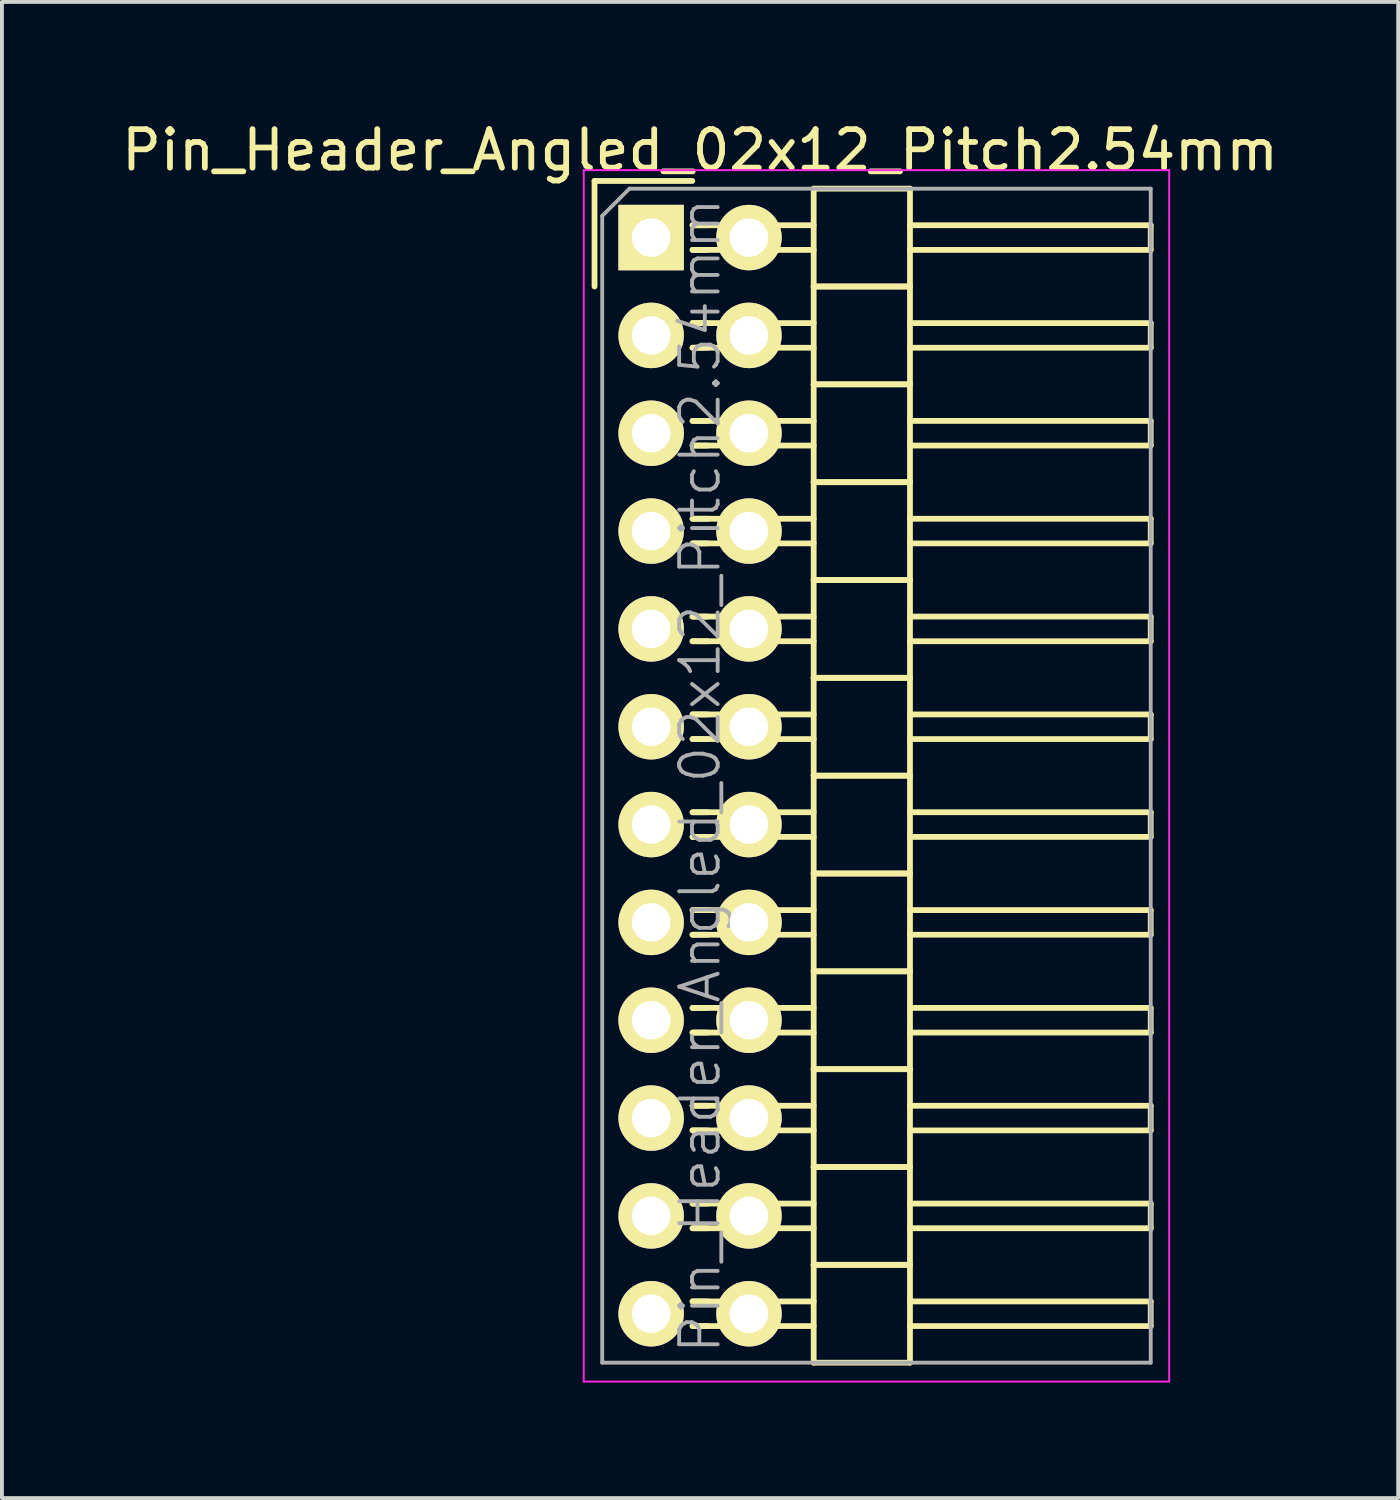
<source format=kicad_pcb>
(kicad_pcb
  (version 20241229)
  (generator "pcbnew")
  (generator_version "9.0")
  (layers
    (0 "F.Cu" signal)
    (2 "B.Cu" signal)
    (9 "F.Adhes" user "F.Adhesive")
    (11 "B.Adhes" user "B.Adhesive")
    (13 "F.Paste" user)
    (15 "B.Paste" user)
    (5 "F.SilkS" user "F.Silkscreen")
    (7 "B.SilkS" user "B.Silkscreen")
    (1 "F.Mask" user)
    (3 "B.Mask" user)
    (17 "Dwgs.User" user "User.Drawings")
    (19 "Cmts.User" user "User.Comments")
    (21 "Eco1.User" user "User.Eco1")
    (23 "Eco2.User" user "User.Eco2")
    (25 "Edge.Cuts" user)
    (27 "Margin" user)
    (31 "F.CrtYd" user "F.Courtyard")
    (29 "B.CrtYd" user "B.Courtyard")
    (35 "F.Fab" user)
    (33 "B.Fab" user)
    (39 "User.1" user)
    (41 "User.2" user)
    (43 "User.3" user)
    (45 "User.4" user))
  (footprint "Pin_Header_Angled_02x12_Pitch2.54mm"
    (layer "F.Cu")
    (at 13.855 3.118)
    (property "Reference" "Pin_Header_Angled_02x12_Pitch2.54mm" (at 1.27 -2.27 0) (layer "F.SilkS") (effects (font (size 1 1) (thickness 0.15))))
    (attr smd)
    (fp_line (start -1.47 -1.47) (end -1.47 1.27) (stroke (width 0.15) (type solid)) (layer "F.SilkS"))
    (fp_line (start -1.47 -1.47) (end 1.07 -1.47) (stroke (width 0.15) (type solid)) (layer "F.SilkS"))
    (fp_line (start 1.465 -0.32) (end 1.075 -0.32) (stroke (width 0.15) (type solid)) (layer "F.SilkS"))
    (fp_line (start 1.465 0.32) (end 1.075 0.32) (stroke (width 0.15) (type solid)) (layer "F.SilkS"))
    (fp_line (start 1.465 2.22) (end 1.075 2.22) (stroke (width 0.15) (type solid)) (layer "F.SilkS"))
    (fp_line (start 1.465 2.86) (end 1.075 2.86) (stroke (width 0.15) (type solid)) (layer "F.SilkS"))
    (fp_line (start 1.465 4.76) (end 1.075 4.76) (stroke (width 0.15) (type solid)) (layer "F.SilkS"))
    (fp_line (start 1.465 5.4) (end 1.075 5.4) (stroke (width 0.15) (type solid)) (layer "F.SilkS"))
    (fp_line (start 1.465 7.3) (end 1.075 7.3) (stroke (width 0.15) (type solid)) (layer "F.SilkS"))
    (fp_line (start 1.465 7.94) (end 1.075 7.94) (stroke (width 0.15) (type solid)) (layer "F.SilkS"))
    (fp_line (start 1.465 9.84) (end 1.075 9.84) (stroke (width 0.15) (type solid)) (layer "F.SilkS"))
    (fp_line (start 1.465 10.48) (end 1.075 10.48) (stroke (width 0.15) (type solid)) (layer "F.SilkS"))
    (fp_line (start 1.465 12.38) (end 1.075 12.38) (stroke (width 0.15) (type solid)) (layer "F.SilkS"))
    (fp_line (start 1.465 13.02) (end 1.075 13.02) (stroke (width 0.15) (type solid)) (layer "F.SilkS"))
    (fp_line (start 1.465 14.92) (end 1.075 14.92) (stroke (width 0.15) (type solid)) (layer "F.SilkS"))
    (fp_line (start 1.465 15.56) (end 1.075 15.56) (stroke (width 0.15) (type solid)) (layer "F.SilkS"))
    (fp_line (start 1.465 17.46) (end 1.075 17.46) (stroke (width 0.15) (type solid)) (layer "F.SilkS"))
    (fp_line (start 1.465 18.1) (end 1.075 18.1) (stroke (width 0.15) (type solid)) (layer "F.SilkS"))
    (fp_line (start 1.465 20) (end 1.075 20) (stroke (width 0.15) (type solid)) (layer "F.SilkS"))
    (fp_line (start 1.465 20.64) (end 1.075 20.64) (stroke (width 0.15) (type solid)) (layer "F.SilkS"))
    (fp_line (start 1.465 22.54) (end 1.075 22.54) (stroke (width 0.15) (type solid)) (layer "F.SilkS"))
    (fp_line (start 1.465 23.18) (end 1.075 23.18) (stroke (width 0.15) (type solid)) (layer "F.SilkS"))
    (fp_line (start 1.465 25.08) (end 1.075 25.08) (stroke (width 0.15) (type solid)) (layer "F.SilkS"))
    (fp_line (start 1.465 25.72) (end 1.075 25.72) (stroke (width 0.15) (type solid)) (layer "F.SilkS"))
    (fp_line (start 1.465 27.62) (end 1.075 27.62) (stroke (width 0.15) (type solid)) (layer "F.SilkS"))
    (fp_line (start 1.465 28.26) (end 1.075 28.26) (stroke (width 0.15) (type solid)) (layer "F.SilkS"))
    (fp_line (start 4.22 -0.32) (end 1.075 -0.32) (stroke (width 0.15) (type solid)) (layer "F.SilkS"))
    (fp_line (start 4.22 0.32) (end 1.075 0.32) (stroke (width 0.15) (type solid)) (layer "F.SilkS"))
    (fp_line (start 4.22 1.27) (end 4.22 -1.27) (stroke (width 0.15) (type solid)) (layer "F.SilkS"))
    (fp_line (start 4.22 2.22) (end 1.075 2.22) (stroke (width 0.15) (type solid)) (layer "F.SilkS"))
    (fp_line (start 4.22 2.86) (end 1.075 2.86) (stroke (width 0.15) (type solid)) (layer "F.SilkS"))
    (fp_line (start 4.22 3.81) (end 4.22 1.27) (stroke (width 0.15) (type solid)) (layer "F.SilkS"))
    (fp_line (start 4.22 4.76) (end 1.075 4.76) (stroke (width 0.15) (type solid)) (layer "F.SilkS"))
    (fp_line (start 4.22 5.4) (end 1.075 5.4) (stroke (width 0.15) (type solid)) (layer "F.SilkS"))
    (fp_line (start 4.22 6.35) (end 4.22 3.81) (stroke (width 0.15) (type solid)) (layer "F.SilkS"))
    (fp_line (start 4.22 7.3) (end 1.075 7.3) (stroke (width 0.15) (type solid)) (layer "F.SilkS"))
    (fp_line (start 4.22 7.94) (end 1.075 7.94) (stroke (width 0.15) (type solid)) (layer "F.SilkS"))
    (fp_line (start 4.22 8.89) (end 4.22 6.35) (stroke (width 0.15) (type solid)) (layer "F.SilkS"))
    (fp_line (start 4.22 9.84) (end 1.075 9.84) (stroke (width 0.15) (type solid)) (layer "F.SilkS"))
    (fp_line (start 4.22 10.48) (end 1.075 10.48) (stroke (width 0.15) (type solid)) (layer "F.SilkS"))
    (fp_line (start 4.22 11.43) (end 4.22 8.89) (stroke (width 0.15) (type solid)) (layer "F.SilkS"))
    (fp_line (start 4.22 12.38) (end 1.075 12.38) (stroke (width 0.15) (type solid)) (layer "F.SilkS"))
    (fp_line (start 4.22 13.02) (end 1.075 13.02) (stroke (width 0.15) (type solid)) (layer "F.SilkS"))
    (fp_line (start 4.22 13.97) (end 4.22 11.43) (stroke (width 0.15) (type solid)) (layer "F.SilkS"))
    (fp_line (start 4.22 14.92) (end 1.075 14.92) (stroke (width 0.15) (type solid)) (layer "F.SilkS"))
    (fp_line (start 4.22 15.56) (end 1.075 15.56) (stroke (width 0.15) (type solid)) (layer "F.SilkS"))
    (fp_line (start 4.22 16.51) (end 4.22 13.97) (stroke (width 0.15) (type solid)) (layer "F.SilkS"))
    (fp_line (start 4.22 17.46) (end 1.075 17.46) (stroke (width 0.15) (type solid)) (layer "F.SilkS"))
    (fp_line (start 4.22 18.1) (end 1.075 18.1) (stroke (width 0.15) (type solid)) (layer "F.SilkS"))
    (fp_line (start 4.22 19.05) (end 4.22 16.51) (stroke (width 0.15) (type solid)) (layer "F.SilkS"))
    (fp_line (start 4.22 20) (end 1.075 20) (stroke (width 0.15) (type solid)) (layer "F.SilkS"))
    (fp_line (start 4.22 20.64) (end 1.075 20.64) (stroke (width 0.15) (type solid)) (layer "F.SilkS"))
    (fp_line (start 4.22 21.59) (end 4.22 19.05) (stroke (width 0.15) (type solid)) (layer "F.SilkS"))
    (fp_line (start 4.22 22.54) (end 1.075 22.54) (stroke (width 0.15) (type solid)) (layer "F.SilkS"))
    (fp_line (start 4.22 23.18) (end 1.075 23.18) (stroke (width 0.15) (type solid)) (layer "F.SilkS"))
    (fp_line (start 4.22 24.13) (end 4.22 21.59) (stroke (width 0.15) (type solid)) (layer "F.SilkS"))
    (fp_line (start 4.22 25.08) (end 1.075 25.08) (stroke (width 0.15) (type solid)) (layer "F.SilkS"))
    (fp_line (start 4.22 25.72) (end 1.075 25.72) (stroke (width 0.15) (type solid)) (layer "F.SilkS"))
    (fp_line (start 4.22 26.67) (end 4.22 24.13) (stroke (width 0.15) (type solid)) (layer "F.SilkS"))
    (fp_line (start 4.22 27.62) (end 1.075 27.62) (stroke (width 0.15) (type solid)) (layer "F.SilkS"))
    (fp_line (start 4.22 28.26) (end 1.075 28.26) (stroke (width 0.15) (type solid)) (layer "F.SilkS"))
    (fp_line (start 4.22 29.21) (end 4.22 26.67) (stroke (width 0.15) (type solid)) (layer "F.SilkS"))
    (fp_line (start 6.72 -1.27) (end 4.22 -1.27) (stroke (width 0.15) (type solid)) (layer "F.SilkS"))
    (fp_line (start 6.72 -0.32) (end 12.97 -0.32) (stroke (width 0.15) (type solid)) (layer "F.SilkS"))
    (fp_line (start 6.72 0.32) (end 12.97 0.32) (stroke (width 0.15) (type solid)) (layer "F.SilkS"))
    (fp_line (start 6.72 1.27) (end 4.22 1.27) (stroke (width 0.15) (type solid)) (layer "F.SilkS"))
    (fp_line (start 6.72 1.27) (end 4.22 1.27) (stroke (width 0.15) (type solid)) (layer "F.SilkS"))
    (fp_line (start 6.72 1.27) (end 6.72 -1.27) (stroke (width 0.15) (type solid)) (layer "F.SilkS"))
    (fp_line (start 6.72 2.22) (end 12.97 2.22) (stroke (width 0.15) (type solid)) (layer "F.SilkS"))
    (fp_line (start 6.72 2.86) (end 12.97 2.86) (stroke (width 0.15) (type solid)) (layer "F.SilkS"))
    (fp_line (start 6.72 3.81) (end 4.22 3.81) (stroke (width 0.15) (type solid)) (layer "F.SilkS"))
    (fp_line (start 6.72 3.81) (end 4.22 3.81) (stroke (width 0.15) (type solid)) (layer "F.SilkS"))
    (fp_line (start 6.72 3.81) (end 6.72 1.27) (stroke (width 0.15) (type solid)) (layer "F.SilkS"))
    (fp_line (start 6.72 4.76) (end 12.97 4.76) (stroke (width 0.15) (type solid)) (layer "F.SilkS"))
    (fp_line (start 6.72 5.4) (end 12.97 5.4) (stroke (width 0.15) (type solid)) (layer "F.SilkS"))
    (fp_line (start 6.72 6.35) (end 4.22 6.35) (stroke (width 0.15) (type solid)) (layer "F.SilkS"))
    (fp_line (start 6.72 6.35) (end 4.22 6.35) (stroke (width 0.15) (type solid)) (layer "F.SilkS"))
    (fp_line (start 6.72 6.35) (end 6.72 3.81) (stroke (width 0.15) (type solid)) (layer "F.SilkS"))
    (fp_line (start 6.72 7.3) (end 12.97 7.3) (stroke (width 0.15) (type solid)) (layer "F.SilkS"))
    (fp_line (start 6.72 7.94) (end 12.97 7.94) (stroke (width 0.15) (type solid)) (layer "F.SilkS"))
    (fp_line (start 6.72 8.89) (end 4.22 8.89) (stroke (width 0.15) (type solid)) (layer "F.SilkS"))
    (fp_line (start 6.72 8.89) (end 4.22 8.89) (stroke (width 0.15) (type solid)) (layer "F.SilkS"))
    (fp_line (start 6.72 8.89) (end 6.72 6.35) (stroke (width 0.15) (type solid)) (layer "F.SilkS"))
    (fp_line (start 6.72 9.84) (end 12.97 9.84) (stroke (width 0.15) (type solid)) (layer "F.SilkS"))
    (fp_line (start 6.72 10.48) (end 12.97 10.48) (stroke (width 0.15) (type solid)) (layer "F.SilkS"))
    (fp_line (start 6.72 11.43) (end 4.22 11.43) (stroke (width 0.15) (type solid)) (layer "F.SilkS"))
    (fp_line (start 6.72 11.43) (end 4.22 11.43) (stroke (width 0.15) (type solid)) (layer "F.SilkS"))
    (fp_line (start 6.72 11.43) (end 6.72 8.89) (stroke (width 0.15) (type solid)) (layer "F.SilkS"))
    (fp_line (start 6.72 12.38) (end 12.97 12.38) (stroke (width 0.15) (type solid)) (layer "F.SilkS"))
    (fp_line (start 6.72 13.02) (end 12.97 13.02) (stroke (width 0.15) (type solid)) (layer "F.SilkS"))
    (fp_line (start 6.72 13.97) (end 4.22 13.97) (stroke (width 0.15) (type solid)) (layer "F.SilkS"))
    (fp_line (start 6.72 13.97) (end 4.22 13.97) (stroke (width 0.15) (type solid)) (layer "F.SilkS"))
    (fp_line (start 6.72 13.97) (end 6.72 11.43) (stroke (width 0.15) (type solid)) (layer "F.SilkS"))
    (fp_line (start 6.72 14.92) (end 12.97 14.92) (stroke (width 0.15) (type solid)) (layer "F.SilkS"))
    (fp_line (start 6.72 15.56) (end 12.97 15.56) (stroke (width 0.15) (type solid)) (layer "F.SilkS"))
    (fp_line (start 6.72 16.51) (end 4.22 16.51) (stroke (width 0.15) (type solid)) (layer "F.SilkS"))
    (fp_line (start 6.72 16.51) (end 4.22 16.51) (stroke (width 0.15) (type solid)) (layer "F.SilkS"))
    (fp_line (start 6.72 16.51) (end 6.72 13.97) (stroke (width 0.15) (type solid)) (layer "F.SilkS"))
    (fp_line (start 6.72 17.46) (end 12.97 17.46) (stroke (width 0.15) (type solid)) (layer "F.SilkS"))
    (fp_line (start 6.72 18.1) (end 12.97 18.1) (stroke (width 0.15) (type solid)) (layer "F.SilkS"))
    (fp_line (start 6.72 19.05) (end 4.22 19.05) (stroke (width 0.15) (type solid)) (layer "F.SilkS"))
    (fp_line (start 6.72 19.05) (end 4.22 19.05) (stroke (width 0.15) (type solid)) (layer "F.SilkS"))
    (fp_line (start 6.72 19.05) (end 6.72 16.51) (stroke (width 0.15) (type solid)) (layer "F.SilkS"))
    (fp_line (start 6.72 20) (end 12.97 20) (stroke (width 0.15) (type solid)) (layer "F.SilkS"))
    (fp_line (start 6.72 20.64) (end 12.97 20.64) (stroke (width 0.15) (type solid)) (layer "F.SilkS"))
    (fp_line (start 6.72 21.59) (end 4.22 21.59) (stroke (width 0.15) (type solid)) (layer "F.SilkS"))
    (fp_line (start 6.72 21.59) (end 4.22 21.59) (stroke (width 0.15) (type solid)) (layer "F.SilkS"))
    (fp_line (start 6.72 21.59) (end 6.72 19.05) (stroke (width 0.15) (type solid)) (layer "F.SilkS"))
    (fp_line (start 6.72 22.54) (end 12.97 22.54) (stroke (width 0.15) (type solid)) (layer "F.SilkS"))
    (fp_line (start 6.72 23.18) (end 12.97 23.18) (stroke (width 0.15) (type solid)) (layer "F.SilkS"))
    (fp_line (start 6.72 24.13) (end 4.22 24.13) (stroke (width 0.15) (type solid)) (layer "F.SilkS"))
    (fp_line (start 6.72 24.13) (end 4.22 24.13) (stroke (width 0.15) (type solid)) (layer "F.SilkS"))
    (fp_line (start 6.72 24.13) (end 6.72 21.59) (stroke (width 0.15) (type solid)) (layer "F.SilkS"))
    (fp_line (start 6.72 25.08) (end 12.97 25.08) (stroke (width 0.15) (type solid)) (layer "F.SilkS"))
    (fp_line (start 6.72 25.72) (end 12.97 25.72) (stroke (width 0.15) (type solid)) (layer "F.SilkS"))
    (fp_line (start 6.72 26.67) (end 4.22 26.67) (stroke (width 0.15) (type solid)) (layer "F.SilkS"))
    (fp_line (start 6.72 26.67) (end 4.22 26.67) (stroke (width 0.15) (type solid)) (layer "F.SilkS"))
    (fp_line (start 6.72 26.67) (end 6.72 24.13) (stroke (width 0.15) (type solid)) (layer "F.SilkS"))
    (fp_line (start 6.72 27.62) (end 12.97 27.62) (stroke (width 0.15) (type solid)) (layer "F.SilkS"))
    (fp_line (start 6.72 28.26) (end 12.97 28.26) (stroke (width 0.15) (type solid)) (layer "F.SilkS"))
    (fp_line (start 6.72 29.21) (end 4.22 29.21) (stroke (width 0.15) (type solid)) (layer "F.SilkS"))
    (fp_line (start 6.72 29.21) (end 6.72 26.67) (stroke (width 0.15) (type solid)) (layer "F.SilkS"))
    (fp_line (start 12.97 0.32) (end 12.97 -0.32) (stroke (width 0.15) (type solid)) (layer "F.SilkS"))
    (fp_line (start 12.97 2.86) (end 12.97 2.22) (stroke (width 0.15) (type solid)) (layer "F.SilkS"))
    (fp_line (start 12.97 5.4) (end 12.97 4.76) (stroke (width 0.15) (type solid)) (layer "F.SilkS"))
    (fp_line (start 12.97 7.94) (end 12.97 7.3) (stroke (width 0.15) (type solid)) (layer "F.SilkS"))
    (fp_line (start 12.97 10.48) (end 12.97 9.84) (stroke (width 0.15) (type solid)) (layer "F.SilkS"))
    (fp_line (start 12.97 13.02) (end 12.97 12.38) (stroke (width 0.15) (type solid)) (layer "F.SilkS"))
    (fp_line (start 12.97 15.56) (end 12.97 14.92) (stroke (width 0.15) (type solid)) (layer "F.SilkS"))
    (fp_line (start 12.97 18.1) (end 12.97 17.46) (stroke (width 0.15) (type solid)) (layer "F.SilkS"))
    (fp_line (start 12.97 20.64) (end 12.97 20) (stroke (width 0.15) (type solid)) (layer "F.SilkS"))
    (fp_line (start 12.97 23.18) (end 12.97 22.54) (stroke (width 0.15) (type solid)) (layer "F.SilkS"))
    (fp_line (start 12.97 25.72) (end 12.97 25.08) (stroke (width 0.15) (type solid)) (layer "F.SilkS"))
    (fp_line (start 12.97 28.26) (end 12.97 27.62) (stroke (width 0.15) (type solid)) (layer "F.SilkS"))
    (fp_line (start -1.75 -1.75) (end -1.75 29.7) (stroke (width 0.05) (type solid)) (layer "F.CrtYd"))
    (fp_line (start 13.45 -1.75) (end -1.75 -1.75) (stroke (width 0.05) (type solid)) (layer "F.CrtYd"))
    (fp_line (start 13.45 -1.75) (end 13.45 29.7) (stroke (width 0.05) (type solid)) (layer "F.CrtYd"))
    (fp_line (start 13.45 29.7) (end -1.75 29.7) (stroke (width 0.05) (type solid)) (layer "F.CrtYd"))
    (fp_line (start -1.27 -0.563) (end -0.563 -1.27) (stroke (width 0.1) (type solid)) (layer "F.Fab"))
    (fp_line (start -1.27 29.21) (end -1.27 -0.563) (stroke (width 0.1) (type solid)) (layer "F.Fab"))
    (fp_line (start 12.97 -1.27) (end -0.563 -1.27) (stroke (width 0.1) (type solid)) (layer "F.Fab"))
    (fp_line (start 12.97 29.21) (end -1.27 29.21) (stroke (width 0.1) (type solid)) (layer "F.Fab"))
    (fp_line (start 12.97 29.21) (end 12.97 -1.27) (stroke (width 0.1) (type solid)) (layer "F.Fab"))
    (fp_text user "${REFERENCE}" (at 1.27 13.97 90) (layer "F.Fab") (effects (font (size 1 1) (thickness 0.1))))
    (pad "1" thru_hole rect (at 0 0) (size 1.7 1.7) (drill 1) (layers "*.Cu" "*.Mask" "F.SilkS"))
    (pad "2" thru_hole oval (at 2.54 0) (size 1.7 1.7) (drill 1) (layers "*.Cu" "*.Mask" "F.SilkS"))
    (pad "3" thru_hole oval (at 0 2.54) (size 1.7 1.7) (drill 1) (layers "*.Cu" "*.Mask" "F.SilkS"))
    (pad "4" thru_hole oval (at 2.54 2.54) (size 1.7 1.7) (drill 1) (layers "*.Cu" "*.Mask" "F.SilkS"))
    (pad "5" thru_hole oval (at 0 5.08) (size 1.7 1.7) (drill 1) (layers "*.Cu" "*.Mask" "F.SilkS"))
    (pad "6" thru_hole oval (at 2.54 5.08) (size 1.7 1.7) (drill 1) (layers "*.Cu" "*.Mask" "F.SilkS"))
    (pad "7" thru_hole oval (at 0 7.62) (size 1.7 1.7) (drill 1) (layers "*.Cu" "*.Mask" "F.SilkS"))
    (pad "8" thru_hole oval (at 2.54 7.62) (size 1.7 1.7) (drill 1) (layers "*.Cu" "*.Mask" "F.SilkS"))
    (pad "9" thru_hole oval (at 0 10.16) (size 1.7 1.7) (drill 1) (layers "*.Cu" "*.Mask" "F.SilkS"))
    (pad "10" thru_hole oval (at 2.54 10.16) (size 1.7 1.7) (drill 1) (layers "*.Cu" "*.Mask" "F.SilkS"))
    (pad "11" thru_hole oval (at 0 12.7) (size 1.7 1.7) (drill 1) (layers "*.Cu" "*.Mask" "F.SilkS"))
    (pad "12" thru_hole oval (at 2.54 12.7) (size 1.7 1.7) (drill 1) (layers "*.Cu" "*.Mask" "F.SilkS"))
    (pad "13" thru_hole oval (at 0 15.24) (size 1.7 1.7) (drill 1) (layers "*.Cu" "*.Mask" "F.SilkS"))
    (pad "14" thru_hole oval (at 2.54 15.24) (size 1.7 1.7) (drill 1) (layers "*.Cu" "*.Mask" "F.SilkS"))
    (pad "15" thru_hole oval (at 0 17.78) (size 1.7 1.7) (drill 1) (layers "*.Cu" "*.Mask" "F.SilkS"))
    (pad "16" thru_hole oval (at 2.54 17.78) (size 1.7 1.7) (drill 1) (layers "*.Cu" "*.Mask" "F.SilkS"))
    (pad "17" thru_hole oval (at 0 20.32) (size 1.7 1.7) (drill 1) (layers "*.Cu" "*.Mask" "F.SilkS"))
    (pad "18" thru_hole oval (at 2.54 20.32) (size 1.7 1.7) (drill 1) (layers "*.Cu" "*.Mask" "F.SilkS"))
    (pad "19" thru_hole oval (at 0 22.86) (size 1.7 1.7) (drill 1) (layers "*.Cu" "*.Mask" "F.SilkS"))
    (pad "20" thru_hole oval (at 2.54 22.86) (size 1.7 1.7) (drill 1) (layers "*.Cu" "*.Mask" "F.SilkS"))
    (pad "21" thru_hole oval (at 0 25.4) (size 1.7 1.7) (drill 1) (layers "*.Cu" "*.Mask" "F.SilkS"))
    (pad "22" thru_hole oval (at 2.54 25.4) (size 1.7 1.7) (drill 1) (layers "*.Cu" "*.Mask" "F.SilkS"))
    (pad "23" thru_hole oval (at 0 27.94) (size 1.7 1.7) (drill 1) (layers "*.Cu" "*.Mask" "F.SilkS"))
    (pad "24" thru_hole oval (at 2.54 27.94) (size 1.7 1.7) (drill 1) (layers "*.Cu" "*.Mask" "F.SilkS")))
  (gr_rect
    (start -3 -3)
    (end 33.25 35.843)
    (stroke (width 0.1) (type default))
    (fill no)
    (layer "Edge.Cuts")))
</source>
